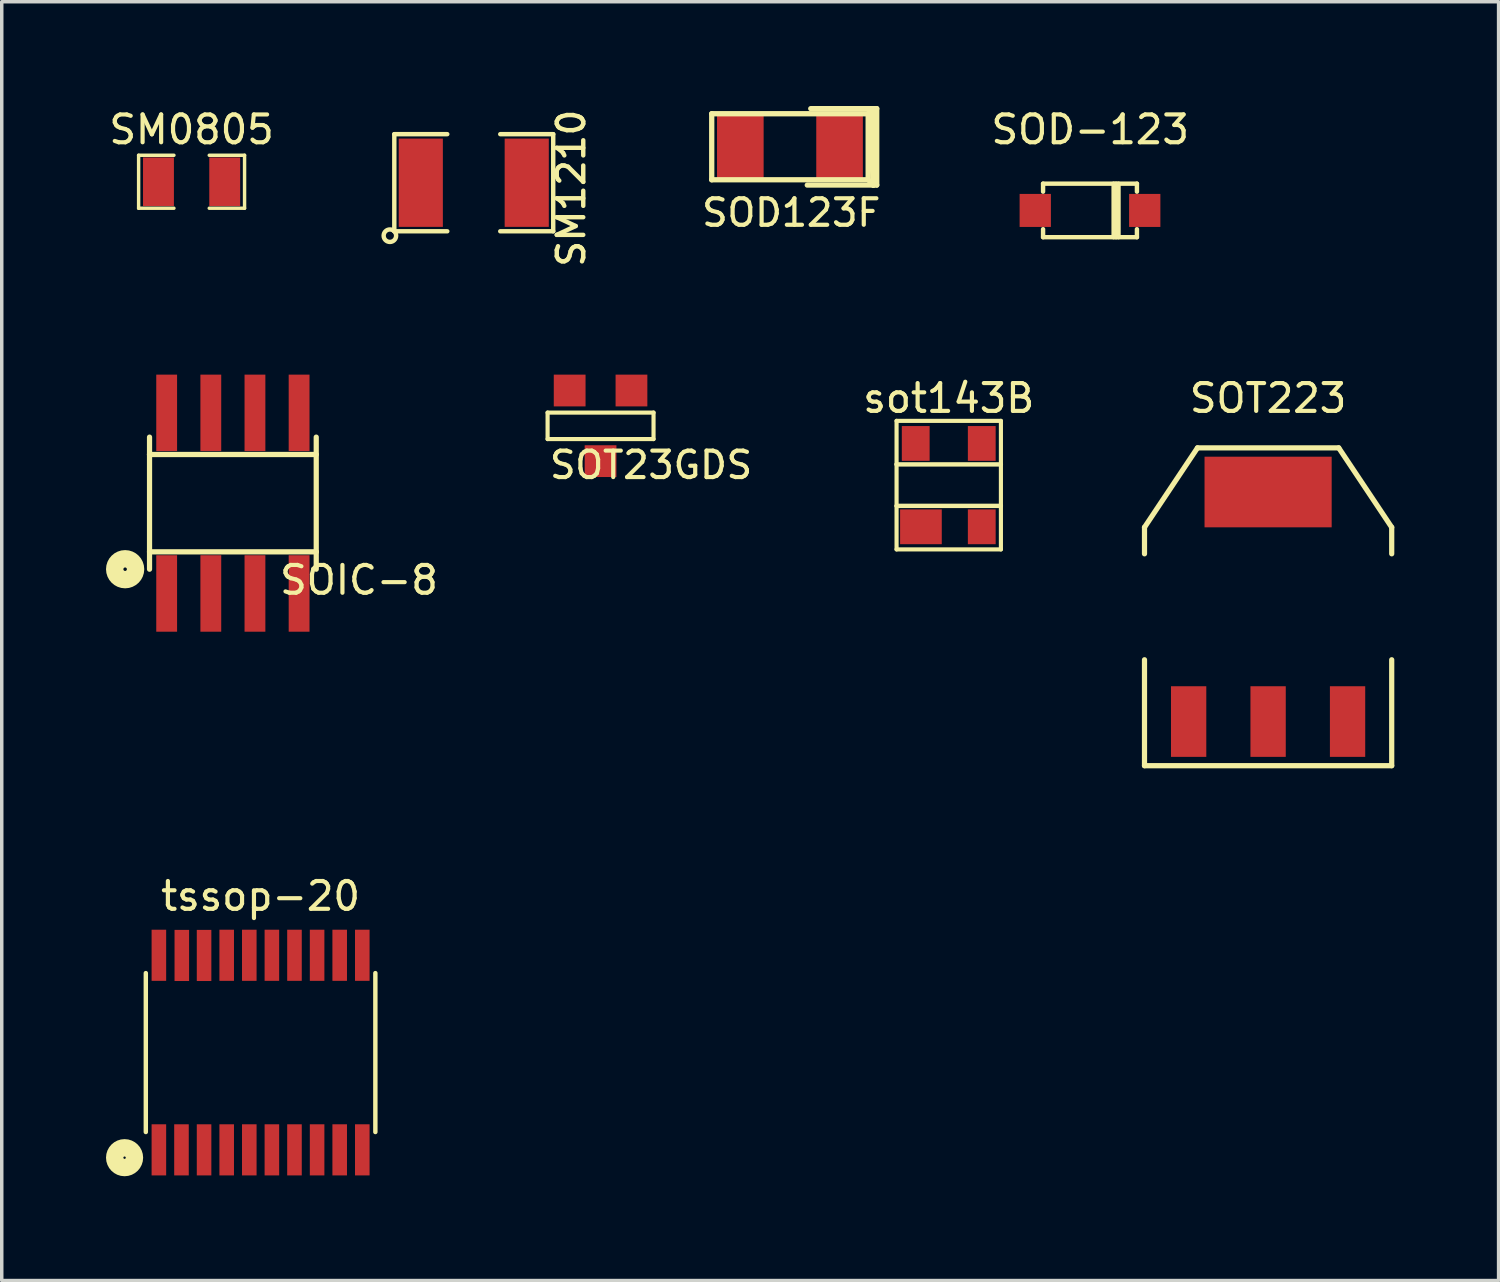
<source format=kicad_pcb>
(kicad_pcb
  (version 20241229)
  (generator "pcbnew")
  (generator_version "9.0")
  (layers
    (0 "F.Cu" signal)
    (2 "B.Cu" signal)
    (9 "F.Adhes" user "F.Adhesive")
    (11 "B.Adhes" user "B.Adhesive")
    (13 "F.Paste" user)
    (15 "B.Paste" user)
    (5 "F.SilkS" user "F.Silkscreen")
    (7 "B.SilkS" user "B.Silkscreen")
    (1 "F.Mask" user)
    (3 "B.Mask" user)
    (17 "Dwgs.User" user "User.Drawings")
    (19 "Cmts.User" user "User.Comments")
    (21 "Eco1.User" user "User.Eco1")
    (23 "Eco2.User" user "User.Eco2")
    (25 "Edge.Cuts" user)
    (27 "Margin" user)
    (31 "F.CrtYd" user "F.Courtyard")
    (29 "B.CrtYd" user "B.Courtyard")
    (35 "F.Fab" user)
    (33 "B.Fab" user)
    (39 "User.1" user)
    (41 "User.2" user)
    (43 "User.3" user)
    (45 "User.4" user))
  (footprint "SM1210"
    (layer "F.Cu")
    (at 10.58 2.207)
    (property "Reference" "SM1210" (at 2.804 0.157 90) (layer "F.SilkS") (effects (font (size 0.762 0.762) (thickness 0.127))))
    (attr smd)
    (fp_line (start -2.286 -1.397) (end -2.286 1.397) (stroke (width 0.127) (type solid)) (layer "F.SilkS"))
    (fp_line (start -2.286 1.397) (end -0.762 1.397) (stroke (width 0.127) (type solid)) (layer "F.SilkS"))
    (fp_line (start -0.762 -1.397) (end -2.286 -1.397) (stroke (width 0.127) (type solid)) (layer "F.SilkS"))
    (fp_line (start 0.762 1.397) (end 2.286 1.397) (stroke (width 0.127) (type solid)) (layer "F.SilkS"))
    (fp_line (start 2.286 -1.397) (end 0.762 -1.397) (stroke (width 0.127) (type solid)) (layer "F.SilkS"))
    (fp_line (start 2.286 1.397) (end 2.286 -1.397) (stroke (width 0.127) (type solid)) (layer "F.SilkS"))
    (fp_circle (center -2.413 1.524) (end -2.286 1.397) (stroke (width 0.127) (type solid)) (fill no) (layer "F.SilkS"))
    (pad "1" smd rect (at -1.524 0) (size 1.27 2.54) (layers "F.Cu" "F.Mask" "F.Paste"))
    (pad "2" smd rect (at 1.524 0) (size 1.27 2.54) (layers "F.Cu" "F.Mask" "F.Paste")))
  (footprint "SOD-123"
    (layer "F.Cu")
    (at 28.309 3.004)
    (property "Reference" "SOD-123" (at 0.006 -2.326 180) (layer "F.SilkS") (effects (font (size 0.8 0.8) (thickness 0.12))))
    (attr through_hole)
    (fp_line (start -1.35 -0.77) (end -1.35 -0.54) (stroke (width 0.127) (type solid)) (layer "F.SilkS"))
    (fp_line (start -1.35 -0.77) (end 1.35 -0.77) (stroke (width 0.127) (type solid)) (layer "F.SilkS"))
    (fp_line (start -1.35 0.77) (end -1.35 0.54) (stroke (width 0.127) (type solid)) (layer "F.SilkS"))
    (fp_line (start -1.35 0.77) (end 1.35 0.77) (stroke (width 0.127) (type solid)) (layer "F.SilkS"))
    (fp_line (start 0.68 0.77) (end 0.68 -0.77) (stroke (width 0.127) (type solid)) (layer "F.SilkS"))
    (fp_line (start 0.75 -0.77) (end 0.75 0.77) (stroke (width 0.127) (type solid)) (layer "F.SilkS"))
    (fp_line (start 0.82 -0.77) (end 0.82 0.77) (stroke (width 0.127) (type solid)) (layer "F.SilkS"))
    (fp_line (start 1.35 -0.77) (end 1.35 -0.54) (stroke (width 0.127) (type solid)) (layer "F.SilkS"))
    (fp_line (start 1.35 0.77) (end 1.35 0.54) (stroke (width 0.127) (type solid)) (layer "F.SilkS"))
    (pad "1" smd rect (at -1.575 0) (size 0.9 0.95) (layers "F.Cu" "F.Mask" "F.Paste"))
    (pad "2" smd rect (at 1.575 0) (size 0.9 0.95) (layers "F.Cu" "F.Mask" "F.Paste")))
  (footprint "SOT223"
    (layer "F.Cu")
    (at 33.433 14.407)
    (property "Reference" "SOT223" (at 0 -6 180) (layer "F.SilkS") (effects (font (size 0.8 0.8) (thickness 0.12))))
    (attr smd)
    (fp_line (start -3.556 -2.286) (end -2.032 -4.572) (stroke (width 0.15) (type solid)) (layer "F.SilkS"))
    (fp_line (start -3.556 -1.524) (end -3.556 -2.286) (stroke (width 0.15) (type solid)) (layer "F.SilkS"))
    (fp_line (start -3.556 1.524) (end -3.556 4.572) (stroke (width 0.15) (type solid)) (layer "F.SilkS"))
    (fp_line (start -3.556 4.572) (end 3.556 4.572) (stroke (width 0.15) (type solid)) (layer "F.SilkS"))
    (fp_line (start -2.032 -4.572) (end 2.032 -4.572) (stroke (width 0.15) (type solid)) (layer "F.SilkS"))
    (fp_line (start 2.032 -4.572) (end 3.556 -2.286) (stroke (width 0.15) (type solid)) (layer "F.SilkS"))
    (fp_line (start 3.556 -2.286) (end 3.556 -1.524) (stroke (width 0.15) (type solid)) (layer "F.SilkS"))
    (fp_line (start 3.556 4.572) (end 3.556 1.524) (stroke (width 0.15) (type solid)) (layer "F.SilkS"))
    (pad "1" smd rect (at -2.286 3.302) (size 1.016 2.032) (layers "F.Cu" "F.Mask" "F.Paste"))
    (pad "2" smd rect (at 0 3.302) (size 1.016 2.032) (layers "F.Cu" "F.Mask" "F.Paste"))
    (pad "3" smd rect (at 2.286 3.302) (size 1.016 2.032) (layers "F.Cu" "F.Mask" "F.Paste"))
    (pad "4" smd rect (at 0 -3.302) (size 3.658 2.032) (layers "F.Cu" "F.Mask" "F.Paste")))
  (footprint "SOD123F"
    (layer "F.Cu")
    (at 19.674 1.175)
    (property "Reference" "SOD123F" (at 0.04 1.895 0) (layer "F.SilkS") (effects (font (size 0.762 0.762) (thickness 0.12))))
    (attr through_hole)
    (fp_line (start -2.248 -0.953) (end -2.248 0.947) (stroke (width 0.152) (type solid)) (layer "F.SilkS"))
    (fp_line (start -2.248 0.947) (end 2.253 0.947) (stroke (width 0.152) (type solid)) (layer "F.SilkS"))
    (fp_line (start 0.5 1.1) (end 2.4 1.1) (stroke (width 0.15) (type solid)) (layer "F.SilkS"))
    (fp_line (start 0.6 -1.1) (end 2.4 -1.1) (stroke (width 0.15) (type solid)) (layer "F.SilkS"))
    (fp_line (start 2.253 -0.953) (end -2.248 -0.953) (stroke (width 0.152) (type solid)) (layer "F.SilkS"))
    (fp_line (start 2.253 0.947) (end 2.253 -0.953) (stroke (width 0.152) (type solid)) (layer "F.SilkS"))
    (fp_line (start 2.4 -1.1) (end 2.4 1.1) (stroke (width 0.15) (type solid)) (layer "F.SilkS"))
    (fp_line (start 2.4 -1.1) (end 2.5 -1.1) (stroke (width 0.15) (type solid)) (layer "F.SilkS"))
    (fp_line (start 2.4 1.1) (end 2.3 -1.1) (stroke (width 0.15) (type solid)) (layer "F.SilkS"))
    (fp_line (start 2.4 1.1) (end 2.3 1) (stroke (width 0.15) (type solid)) (layer "F.SilkS"))
    (fp_line (start 2.5 -1.1) (end 2.5 1.1) (stroke (width 0.15) (type solid)) (layer "F.SilkS"))
    (fp_line (start 2.5 1.1) (end 2.4 1.1) (stroke (width 0.15) (type solid)) (layer "F.SilkS"))
    (pad "1" smd rect (at -1.425 0 90) (size 1.801 1.341) (layers "F.Cu" "F.Mask" "F.Paste"))
    (pad "2" smd rect (at 1.43 0 90) (size 1.801 1.341) (layers "F.Cu" "F.Mask" "F.Paste")))
  (footprint "SM0805"
    (layer "F.Cu")
    (at 2.462 2.179)
    (property "Reference" "SM0805" (at 0 -1.5 0) (layer "F.SilkS") (effects (font (size 0.8 0.8) (thickness 0.12))))
    (attr smd)
    (fp_line (start -1.524 -0.762) (end -0.508 -0.762) (stroke (width 0.099) (type solid)) (layer "F.SilkS"))
    (fp_line (start -1.524 0.762) (end -1.524 -0.762) (stroke (width 0.099) (type solid)) (layer "F.SilkS"))
    (fp_line (start -0.508 0.762) (end -1.524 0.762) (stroke (width 0.099) (type solid)) (layer "F.SilkS"))
    (fp_line (start 0.508 -0.762) (end 1.524 -0.762) (stroke (width 0.099) (type solid)) (layer "F.SilkS"))
    (fp_line (start 1.524 -0.762) (end 1.524 0.762) (stroke (width 0.099) (type solid)) (layer "F.SilkS"))
    (fp_line (start 1.524 0.762) (end 0.508 0.762) (stroke (width 0.099) (type solid)) (layer "F.SilkS"))
    (pad "1" smd rect (at -0.953 0) (size 0.889 1.397) (layers "F.Cu" "F.Mask" "F.Paste"))
    (pad "2" smd rect (at 0.953 0) (size 0.889 1.397) (layers "F.Cu" "F.Mask" "F.Paste")))
  (footprint "SOIC-8"
    (layer "F.Cu")
    (at 3.65 11.426)
    (property "Reference" "SOIC-8" (at 3.628 2.213 0) (layer "F.SilkS") (effects (font (size 0.8 0.8) (thickness 0.12))))
    (attr smd)
    (fp_line (start -2.398 1.4) (end -2.398 -1.9) (stroke (width 0.15) (type solid)) (layer "F.SilkS"))
    (fp_line (start -2.398 1.9) (end -2.398 1.4) (stroke (width 0.15) (type solid)) (layer "F.SilkS"))
    (fp_line (start 2.398 -1.9) (end 2.398 1.4) (stroke (width 0.15) (type solid)) (layer "F.SilkS"))
    (fp_line (start 2.398 1.4) (end -2.398 1.4) (stroke (width 0.15) (type solid)) (layer "F.SilkS"))
    (fp_line (start 2.398 1.4) (end 2.398 1.9) (stroke (width 0.15) (type solid)) (layer "F.SilkS"))
    (fp_line (start 2.4 -1.4) (end -2.4 -1.4) (stroke (width 0.15) (type solid)) (layer "F.SilkS"))
    (fp_circle (center -3.1 1.9) (end -3.4 1.9) (stroke (width 0.5) (type solid)) (fill no) (layer "F.SilkS"))
    (pad "1" smd rect (at -1.905 2.598) (size 0.599 2.2) (layers "F.Cu" "F.Mask" "F.Paste"))
    (pad "2" smd rect (at -0.635 2.598) (size 0.599 2.2) (layers "F.Cu" "F.Mask" "F.Paste"))
    (pad "3" smd rect (at 0.635 2.598) (size 0.599 2.2) (layers "F.Cu" "F.Mask" "F.Paste"))
    (pad "4" smd rect (at 1.905 2.598) (size 0.599 2.2) (layers "F.Cu" "F.Mask" "F.Paste"))
    (pad "5" smd rect (at 1.905 -2.598) (size 0.599 2.2) (layers "F.Cu" "F.Mask" "F.Paste"))
    (pad "6" smd rect (at 0.635 -2.598) (size 0.599 2.2) (layers "F.Cu" "F.Mask" "F.Paste"))
    (pad "7" smd rect (at -0.635 -2.598) (size 0.599 2.2) (layers "F.Cu" "F.Mask" "F.Paste"))
    (pad "8" smd rect (at -1.905 -2.598) (size 0.599 2.2) (layers "F.Cu" "F.Mask" "F.Paste")))
  (footprint "SOT23GDS"
    (layer "F.Cu")
    (at 14.228 9.201)
    (property "Reference" "SOT23GDS" (at 1.453 1.128 0) (layer "F.SilkS") (effects (font (size 0.762 0.762) (thickness 0.12))))
    (attr smd)
    (fp_line (start -1.524 -0.381) (end 1.524 -0.381) (stroke (width 0.119) (type solid)) (layer "F.SilkS"))
    (fp_line (start -1.524 0.381) (end -1.524 -0.381) (stroke (width 0.119) (type solid)) (layer "F.SilkS"))
    (fp_line (start 1.524 -0.381) (end 1.524 0.381) (stroke (width 0.119) (type solid)) (layer "F.SilkS"))
    (fp_line (start 1.524 0.381) (end -1.524 0.381) (stroke (width 0.119) (type solid)) (layer "F.SilkS"))
    (pad "D" smd rect (at 0 1.016) (size 0.914 0.914) (layers "F.Cu" "F.Mask" "F.Paste"))
    (pad "G" smd rect (at 0.889 -1.016) (size 0.914 0.914) (layers "F.Cu" "F.Mask" "F.Paste"))
    (pad "S" smd rect (at -0.889 -1.016) (size 0.914 0.914) (layers "F.Cu" "F.Mask" "F.Paste")))
  (footprint "sot143B"
    (layer "F.Cu")
    (at 24.245 10.907)
    (property "Reference" "sot143B" (at 0 -2.5 0) (layer "F.SilkS") (effects (font (size 0.8 0.8) (thickness 0.12))))
    (attr smd)
    (fp_line (start -1.501 -1.849) (end 1.501 -1.849) (stroke (width 0.119) (type solid)) (layer "F.SilkS"))
    (fp_line (start -1.501 -0.599) (end -1.501 -1.849) (stroke (width 0.119) (type solid)) (layer "F.SilkS"))
    (fp_line (start -1.501 -0.599) (end -1.501 0.599) (stroke (width 0.119) (type solid)) (layer "F.SilkS"))
    (fp_line (start -1.501 1.849) (end -1.501 0.599) (stroke (width 0.119) (type solid)) (layer "F.SilkS"))
    (fp_line (start -1.499 -0.597) (end 1.499 -0.597) (stroke (width 0.127) (type solid)) (layer "F.SilkS"))
    (fp_line (start 1.499 0.597) (end -1.499 0.597) (stroke (width 0.127) (type solid)) (layer "F.SilkS"))
    (fp_line (start 1.501 -1.849) (end 1.501 -0.599) (stroke (width 0.119) (type solid)) (layer "F.SilkS"))
    (fp_line (start 1.501 -0.599) (end 1.501 0.599) (stroke (width 0.119) (type solid)) (layer "F.SilkS"))
    (fp_line (start 1.501 0.599) (end 1.501 1.849) (stroke (width 0.119) (type solid)) (layer "F.SilkS"))
    (fp_line (start 1.501 1.849) (end -1.501 1.849) (stroke (width 0.119) (type solid)) (layer "F.SilkS"))
    (pad "1" smd rect (at -0.8 1.199) (size 1.199 1.001) (layers "F.Cu" "F.Mask" "F.Paste"))
    (pad "2" smd rect (at 0.95 1.199) (size 0.8 1.001) (layers "F.Cu" "F.Mask" "F.Paste"))
    (pad "3" smd rect (at 0.95 -1.199) (size 0.8 1.001) (layers "F.Cu" "F.Mask" "F.Paste"))
    (pad "4" smd rect (at -0.95 -1.199) (size 0.8 1.001) (layers "F.Cu" "F.Mask" "F.Paste")))
  (footprint "tssop-20"
    (layer "F.Cu")
    (at 4.447 27.232)
    (property "Reference" "tssop-20" (at 0 -4.5 0) (layer "F.SilkS") (effects (font (size 0.8 0.8) (thickness 0.12))))
    (attr smd)
    (fp_line (start -3.302 -2.286) (end -3.302 2.286) (stroke (width 0.127) (type solid)) (layer "F.SilkS"))
    (fp_line (start 3.302 2.286) (end 3.302 -2.286) (stroke (width 0.127) (type solid)) (layer "F.SilkS"))
    (fp_circle (center -3.913 3.024) (end -4.04 3.278) (stroke (width 0.5) (type solid)) (fill no) (layer "F.SilkS"))
    (pad "1" smd rect (at -2.926 2.799) (size 0.419 1.471) (layers "F.Cu" "F.Mask" "F.Paste"))
    (pad "2" smd rect (at -2.276 2.799) (size 0.419 1.471) (layers "F.Cu" "F.Mask" "F.Paste"))
    (pad "3" smd rect (at -1.626 2.799) (size 0.419 1.471) (layers "F.Cu" "F.Mask" "F.Paste"))
    (pad "4" smd rect (at -0.975 2.799) (size 0.419 1.471) (layers "F.Cu" "F.Mask" "F.Paste"))
    (pad "5" smd rect (at -0.325 2.799) (size 0.419 1.471) (layers "F.Cu" "F.Mask" "F.Paste"))
    (pad "6" smd rect (at 0.325 2.799) (size 0.419 1.471) (layers "F.Cu" "F.Mask" "F.Paste"))
    (pad "7" smd rect (at 0.975 2.799) (size 0.419 1.471) (layers "F.Cu" "F.Mask" "F.Paste"))
    (pad "8" smd rect (at 1.626 2.799) (size 0.419 1.471) (layers "F.Cu" "F.Mask" "F.Paste"))
    (pad "9" smd rect (at 2.276 2.799) (size 0.419 1.471) (layers "F.Cu" "F.Mask" "F.Paste"))
    (pad "10" smd rect (at 2.926 2.799) (size 0.419 1.471) (layers "F.Cu" "F.Mask" "F.Paste"))
    (pad "11" smd rect (at 2.926 -2.799) (size 0.419 1.471) (layers "F.Cu" "F.Mask" "F.Paste"))
    (pad "12" smd rect (at 2.276 -2.799) (size 0.419 1.471) (layers "F.Cu" "F.Mask" "F.Paste"))
    (pad "13" smd rect (at 1.626 -2.799) (size 0.419 1.471) (layers "F.Cu" "F.Mask" "F.Paste"))
    (pad "14" smd rect (at 0.975 -2.799) (size 0.419 1.471) (layers "F.Cu" "F.Mask" "F.Paste"))
    (pad "15" smd rect (at 0.325 -2.799) (size 0.419 1.471) (layers "F.Cu" "F.Mask" "F.Paste"))
    (pad "16" smd rect (at -0.325 -2.799) (size 0.419 1.471) (layers "F.Cu" "F.Mask" "F.Paste"))
    (pad "17" smd rect (at -0.975 -2.799) (size 0.419 1.471) (layers "F.Cu" "F.Mask" "F.Paste"))
    (pad "18" smd rect (at -1.626 -2.794) (size 0.419 1.471) (layers "F.Cu" "F.Mask" "F.Paste"))
    (pad "19" smd rect (at -2.266 -2.794) (size 0.419 1.471) (layers "F.Cu" "F.Mask" "F.Paste"))
    (pad "20" smd rect (at -2.926 -2.799) (size 0.419 1.471) (layers "F.Cu" "F.Mask" "F.Paste")))
  (gr_rect
    (start -3 -3)
    (end 40.064 33.79)
    (stroke (width 0.1) (type default))
    (fill no)
    (layer "Edge.Cuts")))
</source>
